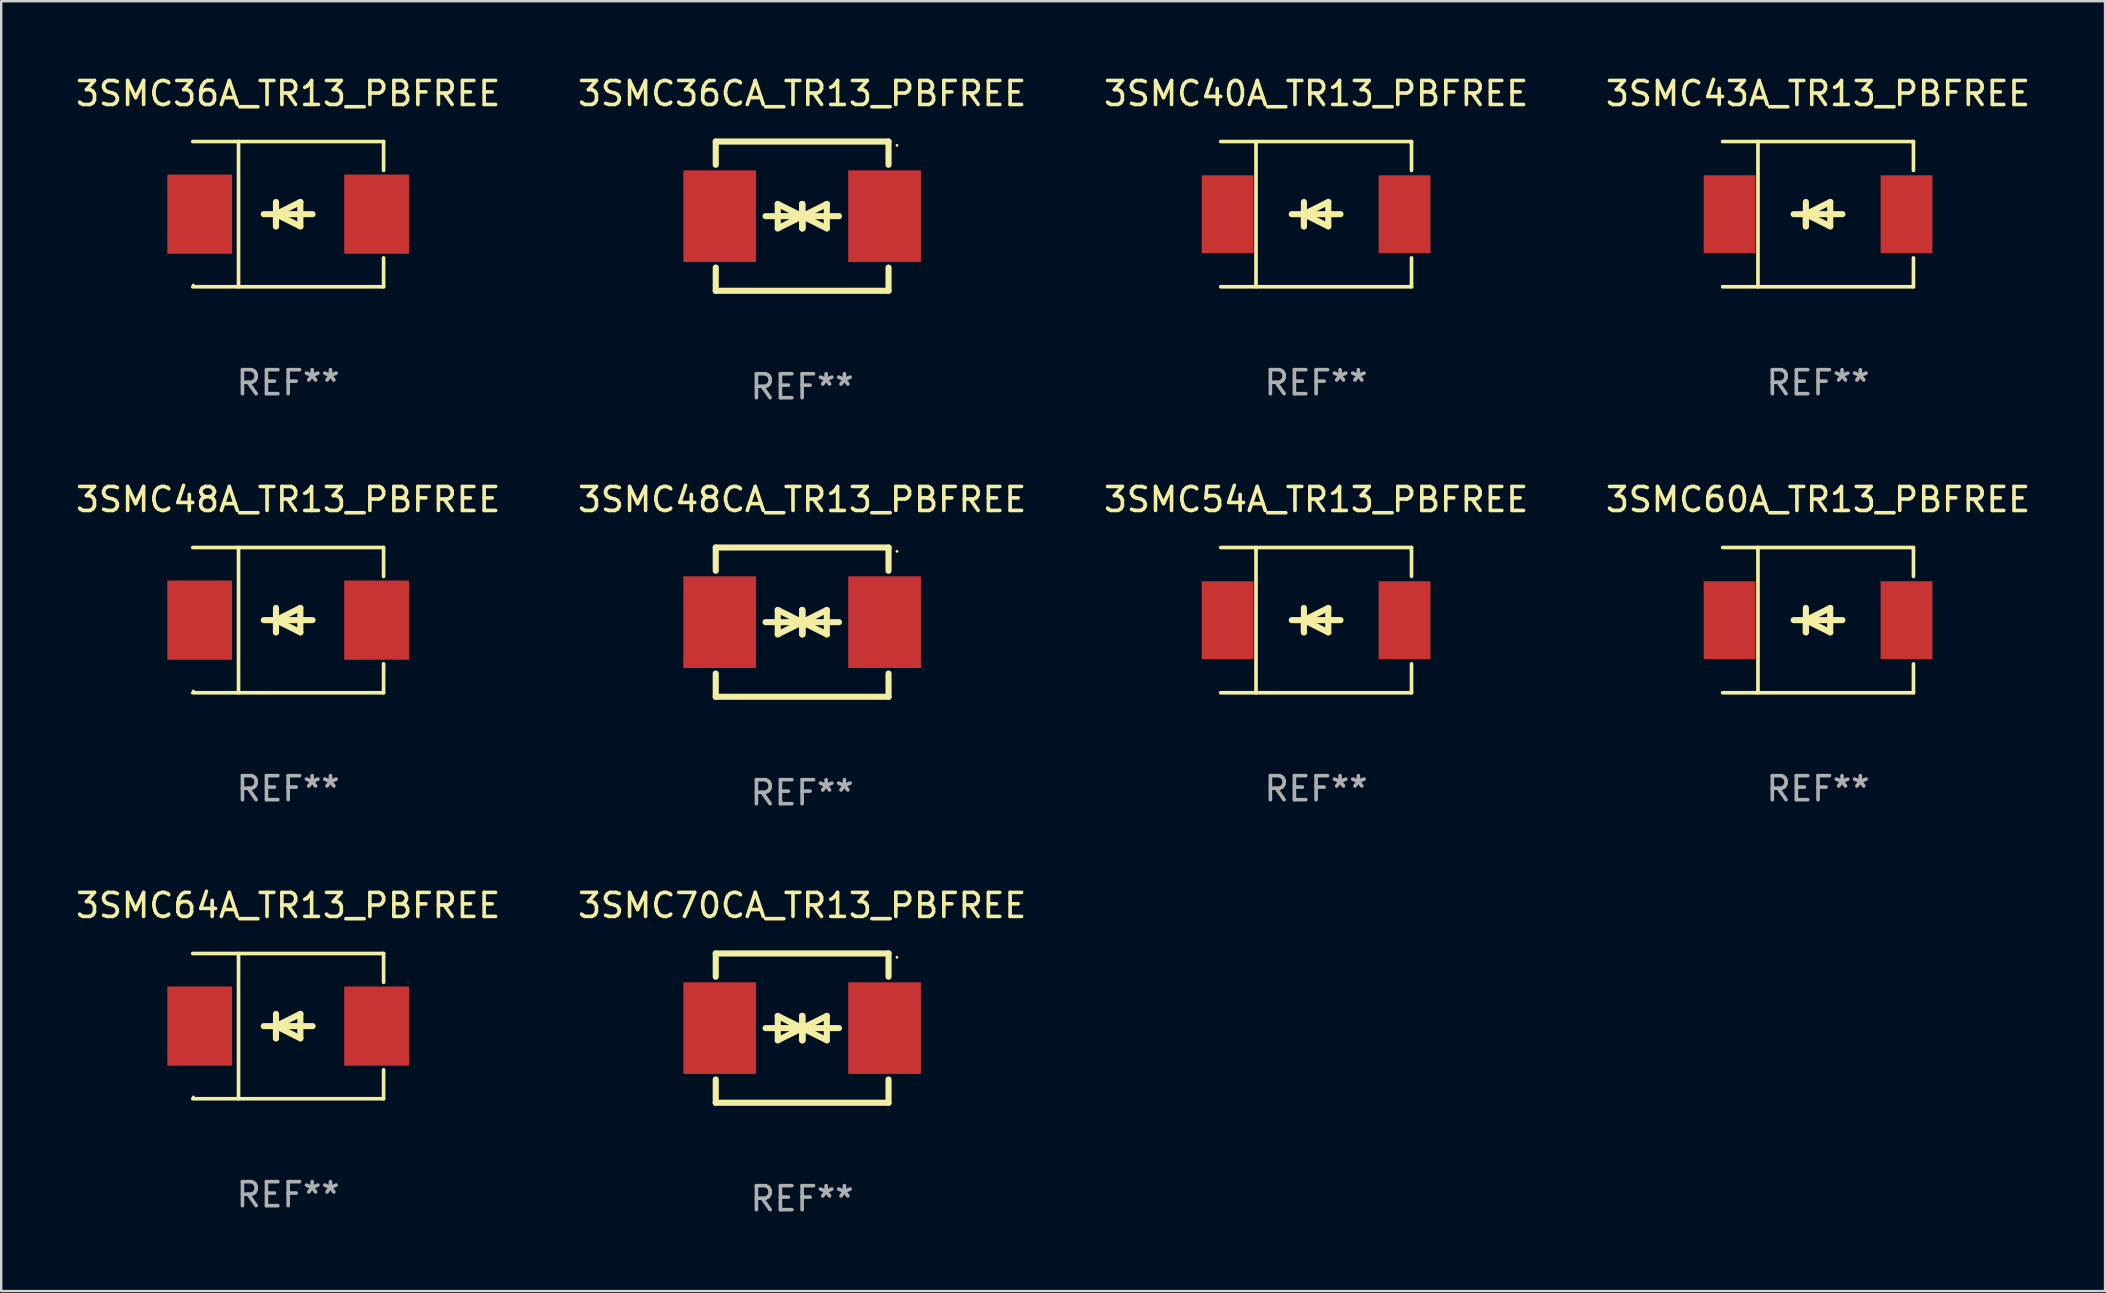
<source format=kicad_pcb>
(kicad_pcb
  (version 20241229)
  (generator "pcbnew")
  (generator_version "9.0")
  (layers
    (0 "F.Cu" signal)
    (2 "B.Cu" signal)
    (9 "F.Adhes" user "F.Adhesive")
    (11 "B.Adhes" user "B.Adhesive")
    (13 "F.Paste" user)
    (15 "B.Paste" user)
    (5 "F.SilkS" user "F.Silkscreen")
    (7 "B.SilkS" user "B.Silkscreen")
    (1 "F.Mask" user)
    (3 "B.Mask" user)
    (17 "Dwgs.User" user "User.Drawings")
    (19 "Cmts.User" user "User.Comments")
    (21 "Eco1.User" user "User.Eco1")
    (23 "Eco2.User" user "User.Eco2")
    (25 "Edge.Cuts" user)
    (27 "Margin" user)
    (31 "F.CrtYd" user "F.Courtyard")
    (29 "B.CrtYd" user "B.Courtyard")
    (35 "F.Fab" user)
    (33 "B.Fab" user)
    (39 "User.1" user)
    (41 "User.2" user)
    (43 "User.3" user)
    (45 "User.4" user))
  (footprint "3SMC36CA_TR13_PBFREE"
    (layer "F.Cu")
    (at 30.375 5.958)
    (property "Reference" "3SMC36CA_TR13_PBFREE" (at 0 -5.11 0) (layer "F.SilkS") (effects (font (size 1 1) (thickness 0.15))))
    (attr through_hole)
    (fp_line (start -3.6 -2.141) (end -3.6 -3.11) (stroke (width 0.254) (type solid)) (layer "F.SilkS"))
    (fp_line (start -3.6 3.11) (end -3.6 2.141) (stroke (width 0.254) (type solid)) (layer "F.SilkS"))
    (fp_line (start -1.524 0) (end 0.508 0) (stroke (width 0.254) (type solid)) (layer "F.SilkS"))
    (fp_line (start -1.016 -0.508) (end -1.016 0.508) (stroke (width 0.254) (type solid)) (layer "F.SilkS"))
    (fp_line (start -1.016 0.508) (end 0 0) (stroke (width 0.254) (type solid)) (layer "F.SilkS"))
    (fp_line (start 0 -0.508) (end 0 0.508) (stroke (width 0.254) (type solid)) (layer "F.SilkS"))
    (fp_line (start 0 0) (end -1.016 -0.508) (stroke (width 0.254) (type solid)) (layer "F.SilkS"))
    (fp_line (start 0 0) (end 0 -0.508) (stroke (width 0.254) (type solid)) (layer "F.SilkS"))
    (fp_line (start 0.012 0) (end 0.012 0.508) (stroke (width 0.254) (type solid)) (layer "F.SilkS"))
    (fp_line (start 0.012 0) (end 1.028 0.508) (stroke (width 0.254) (type solid)) (layer "F.SilkS"))
    (fp_line (start 0.012 0.508) (end 0.012 -0.508) (stroke (width 0.254) (type solid)) (layer "F.SilkS"))
    (fp_line (start 1.028 -0.508) (end 0.012 0) (stroke (width 0.254) (type solid)) (layer "F.SilkS"))
    (fp_line (start 1.028 0.508) (end 1.028 -0.508) (stroke (width 0.254) (type solid)) (layer "F.SilkS"))
    (fp_line (start 1.536 0) (end -0.496 0) (stroke (width 0.254) (type solid)) (layer "F.SilkS"))
    (fp_line (start 3.6 -3.11) (end -3.6 -3.11) (stroke (width 0.254) (type solid)) (layer "F.SilkS"))
    (fp_line (start 3.6 -2.141) (end 3.6 -3.11) (stroke (width 0.254) (type solid)) (layer "F.SilkS"))
    (fp_line (start 3.6 3.11) (end -3.6 3.11) (stroke (width 0.254) (type solid)) (layer "F.SilkS"))
    (fp_line (start 3.6 3.11) (end 3.6 2.141) (stroke (width 0.254) (type solid)) (layer "F.SilkS"))
    (fp_circle (center 3.952 -2.95) (end 3.982 -2.95) (stroke (width 0.06) (type solid)) (fill no) (layer "F.SilkS"))
    (fp_text user "REF**" (at 0 7.11 0) (layer "F.Fab") (effects (font (size 1 1) (thickness 0.15))))
    (pad "1" smd rect (at 3.435 0) (size 3.03 3.82) (layers "F.Cu" "F.Mask" "F.Paste"))
    (pad "2" smd rect (at -3.435 0) (size 3.03 3.82) (layers "F.Cu" "F.Mask" "F.Paste")))
  (footprint "3SMC70CA_TR13_PBFREE"
    (layer "F.Cu")
    (at 30.375 39.791)
    (property "Reference" "3SMC70CA_TR13_PBFREE" (at 0 -5.11 0) (layer "F.SilkS") (effects (font (size 1 1) (thickness 0.15))))
    (attr through_hole)
    (fp_line (start -3.6 -2.141) (end -3.6 -3.11) (stroke (width 0.254) (type solid)) (layer "F.SilkS"))
    (fp_line (start -3.6 3.11) (end -3.6 2.141) (stroke (width 0.254) (type solid)) (layer "F.SilkS"))
    (fp_line (start -1.524 0) (end 0.508 0) (stroke (width 0.254) (type solid)) (layer "F.SilkS"))
    (fp_line (start -1.016 -0.508) (end -1.016 0.508) (stroke (width 0.254) (type solid)) (layer "F.SilkS"))
    (fp_line (start -1.016 0.508) (end 0 0) (stroke (width 0.254) (type solid)) (layer "F.SilkS"))
    (fp_line (start 0 -0.508) (end 0 0.508) (stroke (width 0.254) (type solid)) (layer "F.SilkS"))
    (fp_line (start 0 0) (end -1.016 -0.508) (stroke (width 0.254) (type solid)) (layer "F.SilkS"))
    (fp_line (start 0 0) (end 0 -0.508) (stroke (width 0.254) (type solid)) (layer "F.SilkS"))
    (fp_line (start 0.012 0) (end 0.012 0.508) (stroke (width 0.254) (type solid)) (layer "F.SilkS"))
    (fp_line (start 0.012 0) (end 1.028 0.508) (stroke (width 0.254) (type solid)) (layer "F.SilkS"))
    (fp_line (start 0.012 0.508) (end 0.012 -0.508) (stroke (width 0.254) (type solid)) (layer "F.SilkS"))
    (fp_line (start 1.028 -0.508) (end 0.012 0) (stroke (width 0.254) (type solid)) (layer "F.SilkS"))
    (fp_line (start 1.028 0.508) (end 1.028 -0.508) (stroke (width 0.254) (type solid)) (layer "F.SilkS"))
    (fp_line (start 1.536 0) (end -0.496 0) (stroke (width 0.254) (type solid)) (layer "F.SilkS"))
    (fp_line (start 3.6 -3.11) (end -3.6 -3.11) (stroke (width 0.254) (type solid)) (layer "F.SilkS"))
    (fp_line (start 3.6 -2.141) (end 3.6 -3.11) (stroke (width 0.254) (type solid)) (layer "F.SilkS"))
    (fp_line (start 3.6 3.11) (end -3.6 3.11) (stroke (width 0.254) (type solid)) (layer "F.SilkS"))
    (fp_line (start 3.6 3.11) (end 3.6 2.141) (stroke (width 0.254) (type solid)) (layer "F.SilkS"))
    (fp_circle (center 3.952 -2.95) (end 3.982 -2.95) (stroke (width 0.06) (type solid)) (fill no) (layer "F.SilkS"))
    (fp_text user "REF**" (at 0 7.11 0) (layer "F.Fab") (effects (font (size 1 1) (thickness 0.15))))
    (pad "1" smd rect (at 3.435 0) (size 3.03 3.82) (layers "F.Cu" "F.Mask" "F.Paste"))
    (pad "2" smd rect (at -3.435 0) (size 3.03 3.82) (layers "F.Cu" "F.Mask" "F.Paste")))
  (footprint "3SMC48CA_TR13_PBFREE"
    (layer "F.Cu")
    (at 30.375 22.875)
    (property "Reference" "3SMC48CA_TR13_PBFREE" (at 0 -5.11 0) (layer "F.SilkS") (effects (font (size 1 1) (thickness 0.15))))
    (attr through_hole)
    (fp_line (start -3.6 -2.141) (end -3.6 -3.11) (stroke (width 0.254) (type solid)) (layer "F.SilkS"))
    (fp_line (start -3.6 3.11) (end -3.6 2.141) (stroke (width 0.254) (type solid)) (layer "F.SilkS"))
    (fp_line (start -1.524 0) (end 0.508 0) (stroke (width 0.254) (type solid)) (layer "F.SilkS"))
    (fp_line (start -1.016 -0.508) (end -1.016 0.508) (stroke (width 0.254) (type solid)) (layer "F.SilkS"))
    (fp_line (start -1.016 0.508) (end 0 0) (stroke (width 0.254) (type solid)) (layer "F.SilkS"))
    (fp_line (start 0 -0.508) (end 0 0.508) (stroke (width 0.254) (type solid)) (layer "F.SilkS"))
    (fp_line (start 0 0) (end -1.016 -0.508) (stroke (width 0.254) (type solid)) (layer "F.SilkS"))
    (fp_line (start 0 0) (end 0 -0.508) (stroke (width 0.254) (type solid)) (layer "F.SilkS"))
    (fp_line (start 0.012 0) (end 0.012 0.508) (stroke (width 0.254) (type solid)) (layer "F.SilkS"))
    (fp_line (start 0.012 0) (end 1.028 0.508) (stroke (width 0.254) (type solid)) (layer "F.SilkS"))
    (fp_line (start 0.012 0.508) (end 0.012 -0.508) (stroke (width 0.254) (type solid)) (layer "F.SilkS"))
    (fp_line (start 1.028 -0.508) (end 0.012 0) (stroke (width 0.254) (type solid)) (layer "F.SilkS"))
    (fp_line (start 1.028 0.508) (end 1.028 -0.508) (stroke (width 0.254) (type solid)) (layer "F.SilkS"))
    (fp_line (start 1.536 0) (end -0.496 0) (stroke (width 0.254) (type solid)) (layer "F.SilkS"))
    (fp_line (start 3.6 -3.11) (end -3.6 -3.11) (stroke (width 0.254) (type solid)) (layer "F.SilkS"))
    (fp_line (start 3.6 -2.141) (end 3.6 -3.11) (stroke (width 0.254) (type solid)) (layer "F.SilkS"))
    (fp_line (start 3.6 3.11) (end -3.6 3.11) (stroke (width 0.254) (type solid)) (layer "F.SilkS"))
    (fp_line (start 3.6 3.11) (end 3.6 2.141) (stroke (width 0.254) (type solid)) (layer "F.SilkS"))
    (fp_circle (center 3.952 -2.95) (end 3.982 -2.95) (stroke (width 0.06) (type solid)) (fill no) (layer "F.SilkS"))
    (fp_text user "REF**" (at 0 7.11 0) (layer "F.Fab") (effects (font (size 1 1) (thickness 0.15))))
    (pad "1" smd rect (at 3.435 0) (size 3.03 3.82) (layers "F.Cu" "F.Mask" "F.Paste"))
    (pad "2" smd rect (at -3.435 0) (size 3.03 3.82) (layers "F.Cu" "F.Mask" "F.Paste")))
  (footprint "3SMC60A_TR13_PBFREE"
    (layer "F.Cu")
    (at 72.708 22.791)
    (property "Reference" "3SMC60A_TR13_PBFREE" (at 0 -5.026 0) (layer "F.SilkS") (effects (font (size 1 1) (thickness 0.15))))
    (attr through_hole)
    (fp_line (start -3.976 -3.026) (end 3.976 -3.026) (stroke (width 0.152) (type solid)) (layer "F.SilkS"))
    (fp_line (start -3.976 3.026) (end 3.976 3.026) (stroke (width 0.152) (type solid)) (layer "F.SilkS"))
    (fp_line (start -2.504 -3.026) (end -2.504 3.026) (stroke (width 0.152) (type solid)) (layer "F.SilkS"))
    (fp_line (start -0.508 0) (end -0.508 0.508) (stroke (width 0.254) (type solid)) (layer "F.SilkS"))
    (fp_line (start -0.508 0) (end 0.508 0.508) (stroke (width 0.254) (type solid)) (layer "F.SilkS"))
    (fp_line (start -0.508 0.508) (end -0.508 -0.508) (stroke (width 0.254) (type solid)) (layer "F.SilkS"))
    (fp_line (start 0.508 -0.508) (end -0.508 0) (stroke (width 0.254) (type solid)) (layer "F.SilkS"))
    (fp_line (start 0.508 0.508) (end 0.508 -0.508) (stroke (width 0.254) (type solid)) (layer "F.SilkS"))
    (fp_line (start 1.016 0) (end -1.016 0) (stroke (width 0.254) (type solid)) (layer "F.SilkS"))
    (fp_line (start 3.976 -3.026) (end 3.976 -1.823) (stroke (width 0.152) (type solid)) (layer "F.SilkS"))
    (fp_line (start 3.976 3.026) (end 3.976 1.823) (stroke (width 0.152) (type solid)) (layer "F.SilkS"))
    (fp_circle (center 3.95 -2.95) (end 3.98 -2.95) (stroke (width 0.06) (type solid)) (fill no) (layer "F.SilkS"))
    (fp_text user "REF**" (at 0 7.026 0) (layer "F.Fab") (effects (font (size 1 1) (thickness 0.15))))
    (pad "1" smd rect (at 3.686 0 180) (size 2.158 3.24) (layers "F.Cu" "F.Mask" "F.Paste"))
    (pad "2" smd rect (at -3.686 0 180) (size 2.158 3.24) (layers "F.Cu" "F.Mask" "F.Paste")))
  (footprint "3SMC40A_TR13_PBFREE"
    (layer "F.Cu")
    (at 51.792 5.874)
    (property "Reference" "3SMC40A_TR13_PBFREE" (at 0 -5.026 0) (layer "F.SilkS") (effects (font (size 1 1) (thickness 0.15))))
    (attr through_hole)
    (fp_line (start -3.976 -3.026) (end 3.976 -3.026) (stroke (width 0.152) (type solid)) (layer "F.SilkS"))
    (fp_line (start -3.976 3.026) (end 3.976 3.026) (stroke (width 0.152) (type solid)) (layer "F.SilkS"))
    (fp_line (start -2.504 -3.026) (end -2.504 3.026) (stroke (width 0.152) (type solid)) (layer "F.SilkS"))
    (fp_line (start -0.508 0) (end -0.508 0.508) (stroke (width 0.254) (type solid)) (layer "F.SilkS"))
    (fp_line (start -0.508 0) (end 0.508 0.508) (stroke (width 0.254) (type solid)) (layer "F.SilkS"))
    (fp_line (start -0.508 0.508) (end -0.508 -0.508) (stroke (width 0.254) (type solid)) (layer "F.SilkS"))
    (fp_line (start 0.508 -0.508) (end -0.508 0) (stroke (width 0.254) (type solid)) (layer "F.SilkS"))
    (fp_line (start 0.508 0.508) (end 0.508 -0.508) (stroke (width 0.254) (type solid)) (layer "F.SilkS"))
    (fp_line (start 1.016 0) (end -1.016 0) (stroke (width 0.254) (type solid)) (layer "F.SilkS"))
    (fp_line (start 3.976 -3.026) (end 3.976 -1.823) (stroke (width 0.152) (type solid)) (layer "F.SilkS"))
    (fp_line (start 3.976 3.026) (end 3.976 1.823) (stroke (width 0.152) (type solid)) (layer "F.SilkS"))
    (fp_circle (center 3.95 -2.95) (end 3.98 -2.95) (stroke (width 0.06) (type solid)) (fill no) (layer "F.SilkS"))
    (fp_text user "REF**" (at 0 7.026 0) (layer "F.Fab") (effects (font (size 1 1) (thickness 0.15))))
    (pad "1" smd rect (at 3.686 0 180) (size 2.158 3.24) (layers "F.Cu" "F.Mask" "F.Paste"))
    (pad "2" smd rect (at -3.686 0 180) (size 2.158 3.24) (layers "F.Cu" "F.Mask" "F.Paste")))
  (footprint "3SMC54A_TR13_PBFREE"
    (layer "F.Cu")
    (at 51.792 22.791)
    (property "Reference" "3SMC54A_TR13_PBFREE" (at 0 -5.026 0) (layer "F.SilkS") (effects (font (size 1 1) (thickness 0.15))))
    (attr through_hole)
    (fp_line (start -3.976 -3.026) (end 3.976 -3.026) (stroke (width 0.152) (type solid)) (layer "F.SilkS"))
    (fp_line (start -3.976 3.026) (end 3.976 3.026) (stroke (width 0.152) (type solid)) (layer "F.SilkS"))
    (fp_line (start -2.504 -3.026) (end -2.504 3.026) (stroke (width 0.152) (type solid)) (layer "F.SilkS"))
    (fp_line (start -0.508 0) (end -0.508 0.508) (stroke (width 0.254) (type solid)) (layer "F.SilkS"))
    (fp_line (start -0.508 0) (end 0.508 0.508) (stroke (width 0.254) (type solid)) (layer "F.SilkS"))
    (fp_line (start -0.508 0.508) (end -0.508 -0.508) (stroke (width 0.254) (type solid)) (layer "F.SilkS"))
    (fp_line (start 0.508 -0.508) (end -0.508 0) (stroke (width 0.254) (type solid)) (layer "F.SilkS"))
    (fp_line (start 0.508 0.508) (end 0.508 -0.508) (stroke (width 0.254) (type solid)) (layer "F.SilkS"))
    (fp_line (start 1.016 0) (end -1.016 0) (stroke (width 0.254) (type solid)) (layer "F.SilkS"))
    (fp_line (start 3.976 -3.026) (end 3.976 -1.823) (stroke (width 0.152) (type solid)) (layer "F.SilkS"))
    (fp_line (start 3.976 3.026) (end 3.976 1.823) (stroke (width 0.152) (type solid)) (layer "F.SilkS"))
    (fp_circle (center 3.95 -2.95) (end 3.98 -2.95) (stroke (width 0.06) (type solid)) (fill no) (layer "F.SilkS"))
    (fp_text user "REF**" (at 0 7.026 0) (layer "F.Fab") (effects (font (size 1 1) (thickness 0.15))))
    (pad "1" smd rect (at 3.686 0 180) (size 2.158 3.24) (layers "F.Cu" "F.Mask" "F.Paste"))
    (pad "2" smd rect (at -3.686 0 180) (size 2.158 3.24) (layers "F.Cu" "F.Mask" "F.Paste")))
  (footprint "3SMC48A_TR13_PBFREE"
    (layer "F.Cu")
    (at 8.958 22.791)
    (property "Reference" "3SMC48A_TR13_PBFREE" (at 0 -5.026 0) (layer "F.SilkS") (effects (font (size 1 1) (thickness 0.15))))
    (attr through_hole)
    (fp_line (start -3.976 -3.026) (end 3.976 -3.026) (stroke (width 0.152) (type solid)) (layer "F.SilkS"))
    (fp_line (start -3.976 3.026) (end 3.976 3.026) (stroke (width 0.152) (type solid)) (layer "F.SilkS"))
    (fp_line (start -2.069 -3.026) (end -2.069 3.026) (stroke (width 0.152) (type solid)) (layer "F.SilkS"))
    (fp_line (start -0.508 0) (end -0.508 0.508) (stroke (width 0.254) (type solid)) (layer "F.SilkS"))
    (fp_line (start -0.508 0) (end 0.508 0.508) (stroke (width 0.254) (type solid)) (layer "F.SilkS"))
    (fp_line (start -0.508 0.508) (end -0.508 -0.508) (stroke (width 0.254) (type solid)) (layer "F.SilkS"))
    (fp_line (start 0.508 -0.508) (end -0.508 0) (stroke (width 0.254) (type solid)) (layer "F.SilkS"))
    (fp_line (start 0.508 0.508) (end 0.508 -0.508) (stroke (width 0.254) (type solid)) (layer "F.SilkS"))
    (fp_line (start 1.016 0) (end -1.016 0) (stroke (width 0.254) (type solid)) (layer "F.SilkS"))
    (fp_line (start 3.976 -3.026) (end 3.976 -1.823) (stroke (width 0.152) (type solid)) (layer "F.SilkS"))
    (fp_line (start 3.976 3.026) (end 3.976 1.823) (stroke (width 0.152) (type solid)) (layer "F.SilkS"))
    (fp_circle (center -3.95 2.95) (end -3.92 2.95) (stroke (width 0.06) (type solid)) (fill no) (layer "F.SilkS"))
    (fp_text user "REF**" (at 0 7.026 0) (layer "F.Fab") (effects (font (size 1 1) (thickness 0.15))))
    (pad "1" smd rect (at -3.686 0) (size 2.7 3.3) (layers "F.Cu" "F.Mask" "F.Paste"))
    (pad "2" smd rect (at 3.686 0) (size 2.7 3.3) (layers "F.Cu" "F.Mask" "F.Paste")))
  (footprint "3SMC36A_TR13_PBFREE"
    (layer "F.Cu")
    (at 8.958 5.874)
    (property "Reference" "3SMC36A_TR13_PBFREE" (at 0 -5.026 0) (layer "F.SilkS") (effects (font (size 1 1) (thickness 0.15))))
    (attr through_hole)
    (fp_line (start -3.976 -3.026) (end 3.976 -3.026) (stroke (width 0.152) (type solid)) (layer "F.SilkS"))
    (fp_line (start -3.976 3.026) (end 3.976 3.026) (stroke (width 0.152) (type solid)) (layer "F.SilkS"))
    (fp_line (start -2.069 -3.026) (end -2.069 3.026) (stroke (width 0.152) (type solid)) (layer "F.SilkS"))
    (fp_line (start -0.508 0) (end -0.508 0.508) (stroke (width 0.254) (type solid)) (layer "F.SilkS"))
    (fp_line (start -0.508 0) (end 0.508 0.508) (stroke (width 0.254) (type solid)) (layer "F.SilkS"))
    (fp_line (start -0.508 0.508) (end -0.508 -0.508) (stroke (width 0.254) (type solid)) (layer "F.SilkS"))
    (fp_line (start 0.508 -0.508) (end -0.508 0) (stroke (width 0.254) (type solid)) (layer "F.SilkS"))
    (fp_line (start 0.508 0.508) (end 0.508 -0.508) (stroke (width 0.254) (type solid)) (layer "F.SilkS"))
    (fp_line (start 1.016 0) (end -1.016 0) (stroke (width 0.254) (type solid)) (layer "F.SilkS"))
    (fp_line (start 3.976 -3.026) (end 3.976 -1.823) (stroke (width 0.152) (type solid)) (layer "F.SilkS"))
    (fp_line (start 3.976 3.026) (end 3.976 1.823) (stroke (width 0.152) (type solid)) (layer "F.SilkS"))
    (fp_circle (center -3.95 2.95) (end -3.92 2.95) (stroke (width 0.06) (type solid)) (fill no) (layer "F.SilkS"))
    (fp_text user "REF**" (at 0 7.026 0) (layer "F.Fab") (effects (font (size 1 1) (thickness 0.15))))
    (pad "1" smd rect (at -3.686 0) (size 2.7 3.3) (layers "F.Cu" "F.Mask" "F.Paste"))
    (pad "2" smd rect (at 3.686 0) (size 2.7 3.3) (layers "F.Cu" "F.Mask" "F.Paste")))
  (footprint "3SMC64A_TR13_PBFREE"
    (layer "F.Cu")
    (at 8.958 39.708)
    (property "Reference" "3SMC64A_TR13_PBFREE" (at 0 -5.026 0) (layer "F.SilkS") (effects (font (size 1 1) (thickness 0.15))))
    (attr through_hole)
    (fp_line (start -3.976 -3.026) (end 3.976 -3.026) (stroke (width 0.152) (type solid)) (layer "F.SilkS"))
    (fp_line (start -3.976 3.026) (end 3.976 3.026) (stroke (width 0.152) (type solid)) (layer "F.SilkS"))
    (fp_line (start -2.069 -3.026) (end -2.069 3.026) (stroke (width 0.152) (type solid)) (layer "F.SilkS"))
    (fp_line (start -0.508 0) (end -0.508 0.508) (stroke (width 0.254) (type solid)) (layer "F.SilkS"))
    (fp_line (start -0.508 0) (end 0.508 0.508) (stroke (width 0.254) (type solid)) (layer "F.SilkS"))
    (fp_line (start -0.508 0.508) (end -0.508 -0.508) (stroke (width 0.254) (type solid)) (layer "F.SilkS"))
    (fp_line (start 0.508 -0.508) (end -0.508 0) (stroke (width 0.254) (type solid)) (layer "F.SilkS"))
    (fp_line (start 0.508 0.508) (end 0.508 -0.508) (stroke (width 0.254) (type solid)) (layer "F.SilkS"))
    (fp_line (start 1.016 0) (end -1.016 0) (stroke (width 0.254) (type solid)) (layer "F.SilkS"))
    (fp_line (start 3.976 -3.026) (end 3.976 -1.823) (stroke (width 0.152) (type solid)) (layer "F.SilkS"))
    (fp_line (start 3.976 3.026) (end 3.976 1.823) (stroke (width 0.152) (type solid)) (layer "F.SilkS"))
    (fp_circle (center -3.95 2.95) (end -3.92 2.95) (stroke (width 0.06) (type solid)) (fill no) (layer "F.SilkS"))
    (fp_text user "REF**" (at 0 7.026 0) (layer "F.Fab") (effects (font (size 1 1) (thickness 0.15))))
    (pad "1" smd rect (at -3.686 0) (size 2.7 3.3) (layers "F.Cu" "F.Mask" "F.Paste"))
    (pad "2" smd rect (at 3.686 0) (size 2.7 3.3) (layers "F.Cu" "F.Mask" "F.Paste")))
  (footprint "3SMC43A_TR13_PBFREE"
    (layer "F.Cu")
    (at 72.708 5.874)
    (property "Reference" "3SMC43A_TR13_PBFREE" (at 0 -5.026 0) (layer "F.SilkS") (effects (font (size 1 1) (thickness 0.15))))
    (attr through_hole)
    (fp_line (start -3.976 -3.026) (end 3.976 -3.026) (stroke (width 0.152) (type solid)) (layer "F.SilkS"))
    (fp_line (start -3.976 3.026) (end 3.976 3.026) (stroke (width 0.152) (type solid)) (layer "F.SilkS"))
    (fp_line (start -2.504 -3.026) (end -2.504 3.026) (stroke (width 0.152) (type solid)) (layer "F.SilkS"))
    (fp_line (start -0.508 0) (end -0.508 0.508) (stroke (width 0.254) (type solid)) (layer "F.SilkS"))
    (fp_line (start -0.508 0) (end 0.508 0.508) (stroke (width 0.254) (type solid)) (layer "F.SilkS"))
    (fp_line (start -0.508 0.508) (end -0.508 -0.508) (stroke (width 0.254) (type solid)) (layer "F.SilkS"))
    (fp_line (start 0.508 -0.508) (end -0.508 0) (stroke (width 0.254) (type solid)) (layer "F.SilkS"))
    (fp_line (start 0.508 0.508) (end 0.508 -0.508) (stroke (width 0.254) (type solid)) (layer "F.SilkS"))
    (fp_line (start 1.016 0) (end -1.016 0) (stroke (width 0.254) (type solid)) (layer "F.SilkS"))
    (fp_line (start 3.976 -3.026) (end 3.976 -1.823) (stroke (width 0.152) (type solid)) (layer "F.SilkS"))
    (fp_line (start 3.976 3.026) (end 3.976 1.823) (stroke (width 0.152) (type solid)) (layer "F.SilkS"))
    (fp_circle (center 3.95 -2.95) (end 3.98 -2.95) (stroke (width 0.06) (type solid)) (fill no) (layer "F.SilkS"))
    (fp_text user "REF**" (at 0 7.026 0) (layer "F.Fab") (effects (font (size 1 1) (thickness 0.15))))
    (pad "1" smd rect (at 3.686 0 180) (size 2.158 3.24) (layers "F.Cu" "F.Mask" "F.Paste"))
    (pad "2" smd rect (at -3.686 0 180) (size 2.158 3.24) (layers "F.Cu" "F.Mask" "F.Paste")))
  (gr_rect
    (start -3 -3)
    (end 84.667 50.75)
    (stroke (width 0.1) (type default))
    (fill no)
    (layer "Edge.Cuts")))
</source>
